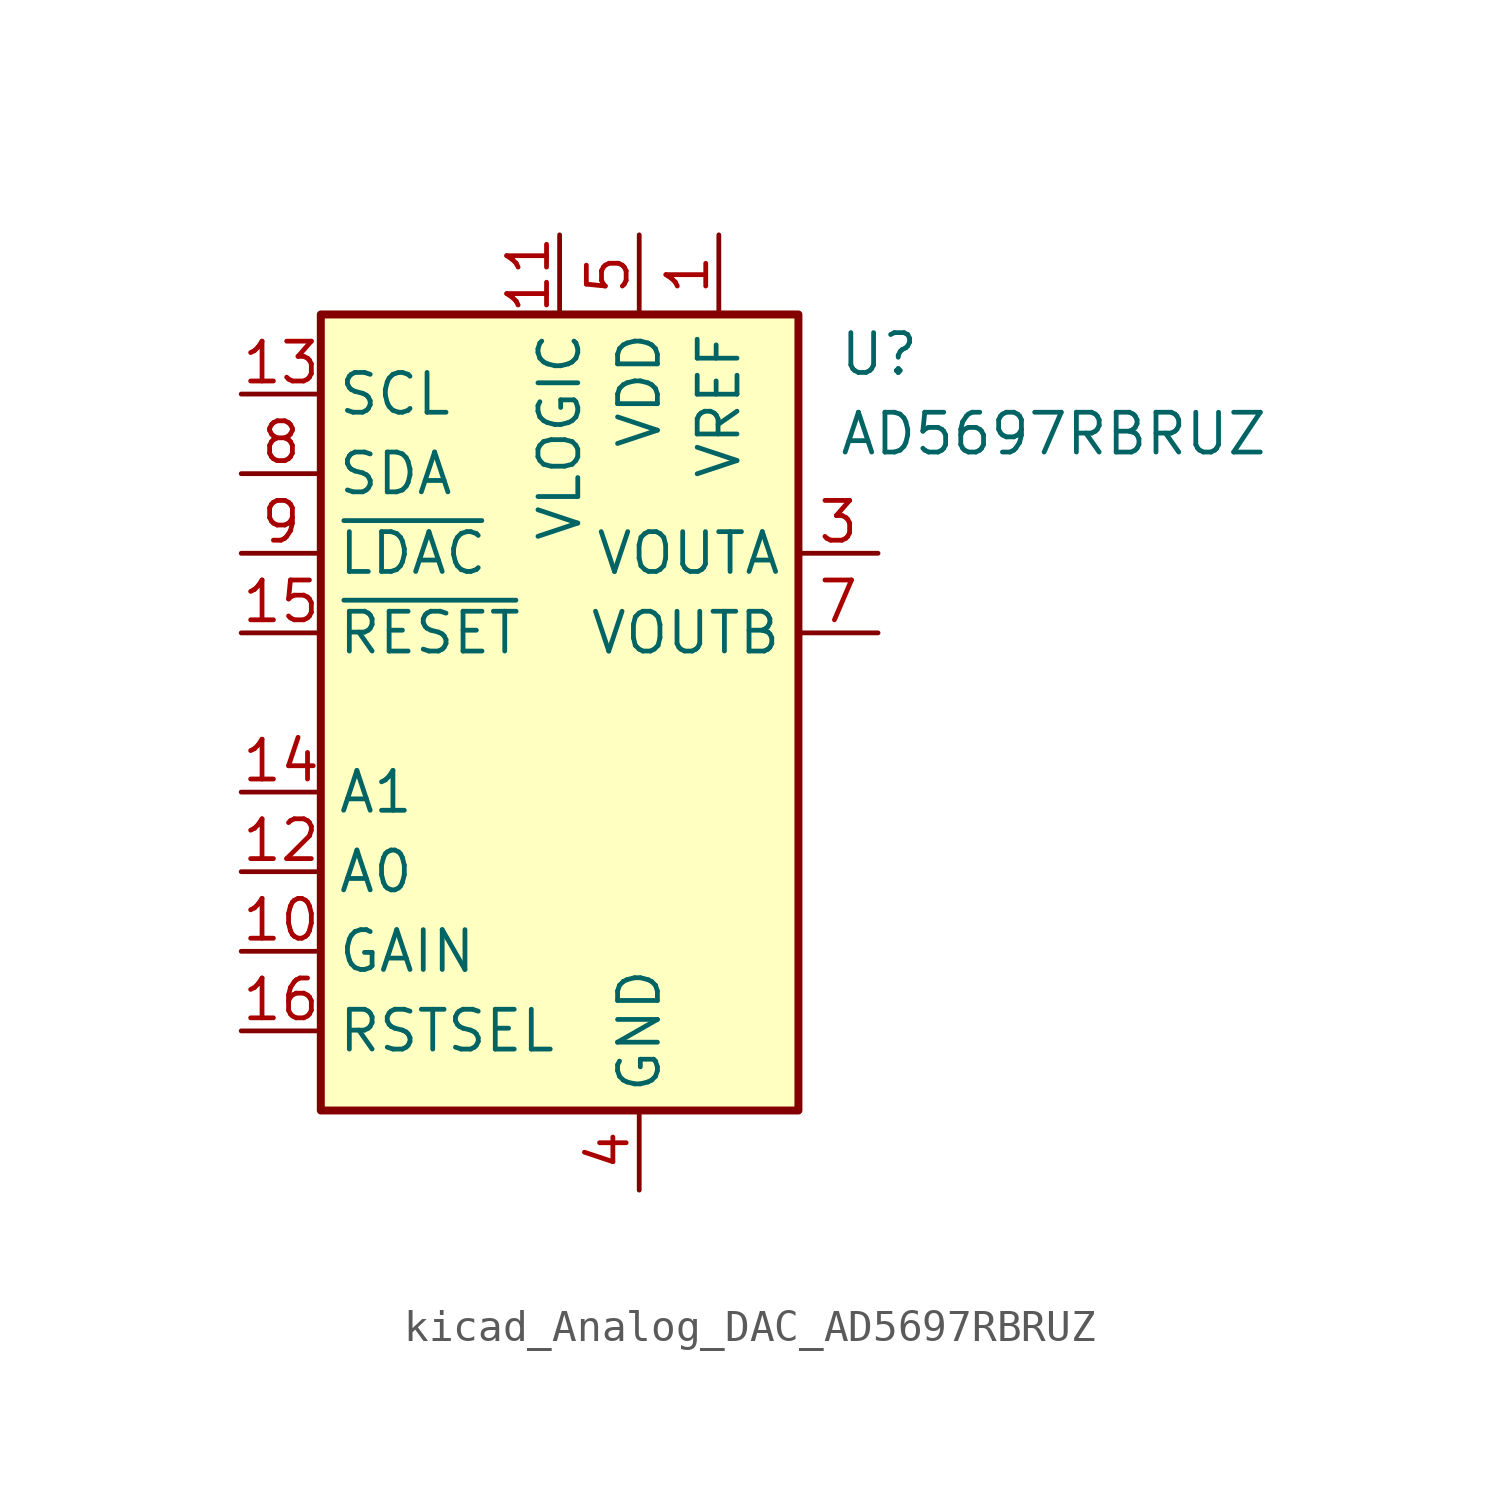
<source format=kicad_sym>
(kicad_symbol_lib
  (version 20220914)
  (generator kicad_symbol_editor)
  (symbol "kicad_Analog_DAC_AD5697RBRUZ"
    (property "Reference" "U"
      (at 8.89 11.43 0)
      (effects (font (size 1.27 1.27)) (justify left)))
    (property "Value" "AD5697RBRUZ"
      (at 8.89 8.89 0)
      (effects (font (size 1.27 1.27)) (justify left)))
    (symbol "kicad_Analog_DAC_AD5697RBRUZ_0_1"
      (rectangle (start -7.62 12.7) (end 7.62 -12.7) (stroke (width 0.254) (type default)) (fill (type background))))
    (symbol "kicad_Analog_DAC_AD5697RBRUZ_1_1"
      (pin power_in line (at 5.08 15.24 270) (length 2.54) (name "VREF" (effects (font (size 1.27 1.27)))) (number "1" (effects (font (size 1.27 1.27)))))
      (pin input line (at -10.16 -7.62 0) (length 2.54) (name "GAIN" (effects (font (size 1.27 1.27)))) (number "10" (effects (font (size 1.27 1.27)))))
      (pin power_in line (at 0 15.24 270) (length 2.54) (name "VLOGIC" (effects (font (size 1.27 1.27)))) (number "11" (effects (font (size 1.27 1.27)))))
      (pin input line (at -10.16 -5.08 0) (length 2.54) (name "A0" (effects (font (size 1.27 1.27)))) (number "12" (effects (font (size 1.27 1.27)))))
      (pin input line (at -10.16 10.16 0) (length 2.54) (name "SCL" (effects (font (size 1.27 1.27)))) (number "13" (effects (font (size 1.27 1.27)))))
      (pin input line (at -10.16 -2.54 0) (length 2.54) (name "A1" (effects (font (size 1.27 1.27)))) (number "14" (effects (font (size 1.27 1.27)))))
      (pin input line (at -10.16 2.54 0) (length 2.54) (name "~{RESET}" (effects (font (size 1.27 1.27)))) (number "15" (effects (font (size 1.27 1.27)))))
      (pin input line (at -10.16 -10.16 0) (length 2.54) (name "RSTSEL" (effects (font (size 1.27 1.27)))) (number "16" (effects (font (size 1.27 1.27)))))
      (pin no_connect line (at 7.62 -5.08 180) (length 2.54) hide (name "NC" (effects (font (size 1.27 1.27)))) (number "2" (effects (font (size 1.27 1.27)))))
      (pin output line (at 10.16 5.08 180) (length 2.54) (name "VOUTA" (effects (font (size 1.27 1.27)))) (number "3" (effects (font (size 1.27 1.27)))))
      (pin power_in line (at 2.54 -15.24 90) (length 2.54) (name "GND" (effects (font (size 1.27 1.27)))) (number "4" (effects (font (size 1.27 1.27)))))
      (pin power_in line (at 2.54 15.24 270) (length 2.54) (name "VDD" (effects (font (size 1.27 1.27)))) (number "5" (effects (font (size 1.27 1.27)))))
      (pin no_connect line (at 7.62 -7.62 180) (length 2.54) hide (name "NC" (effects (font (size 1.27 1.27)))) (number "6" (effects (font (size 1.27 1.27)))))
      (pin output line (at 10.16 2.54 180) (length 2.54) (name "VOUTB" (effects (font (size 1.27 1.27)))) (number "7" (effects (font (size 1.27 1.27)))))
      (pin bidirectional line (at -10.16 7.62 0) (length 2.54) (name "SDA" (effects (font (size 1.27 1.27)))) (number "8" (effects (font (size 1.27 1.27)))))
      (pin input line (at -10.16 5.08 0) (length 2.54) (name "~{LDAC}" (effects (font (size 1.27 1.27)))) (number "9" (effects (font (size 1.27 1.27))))))))
</source>
